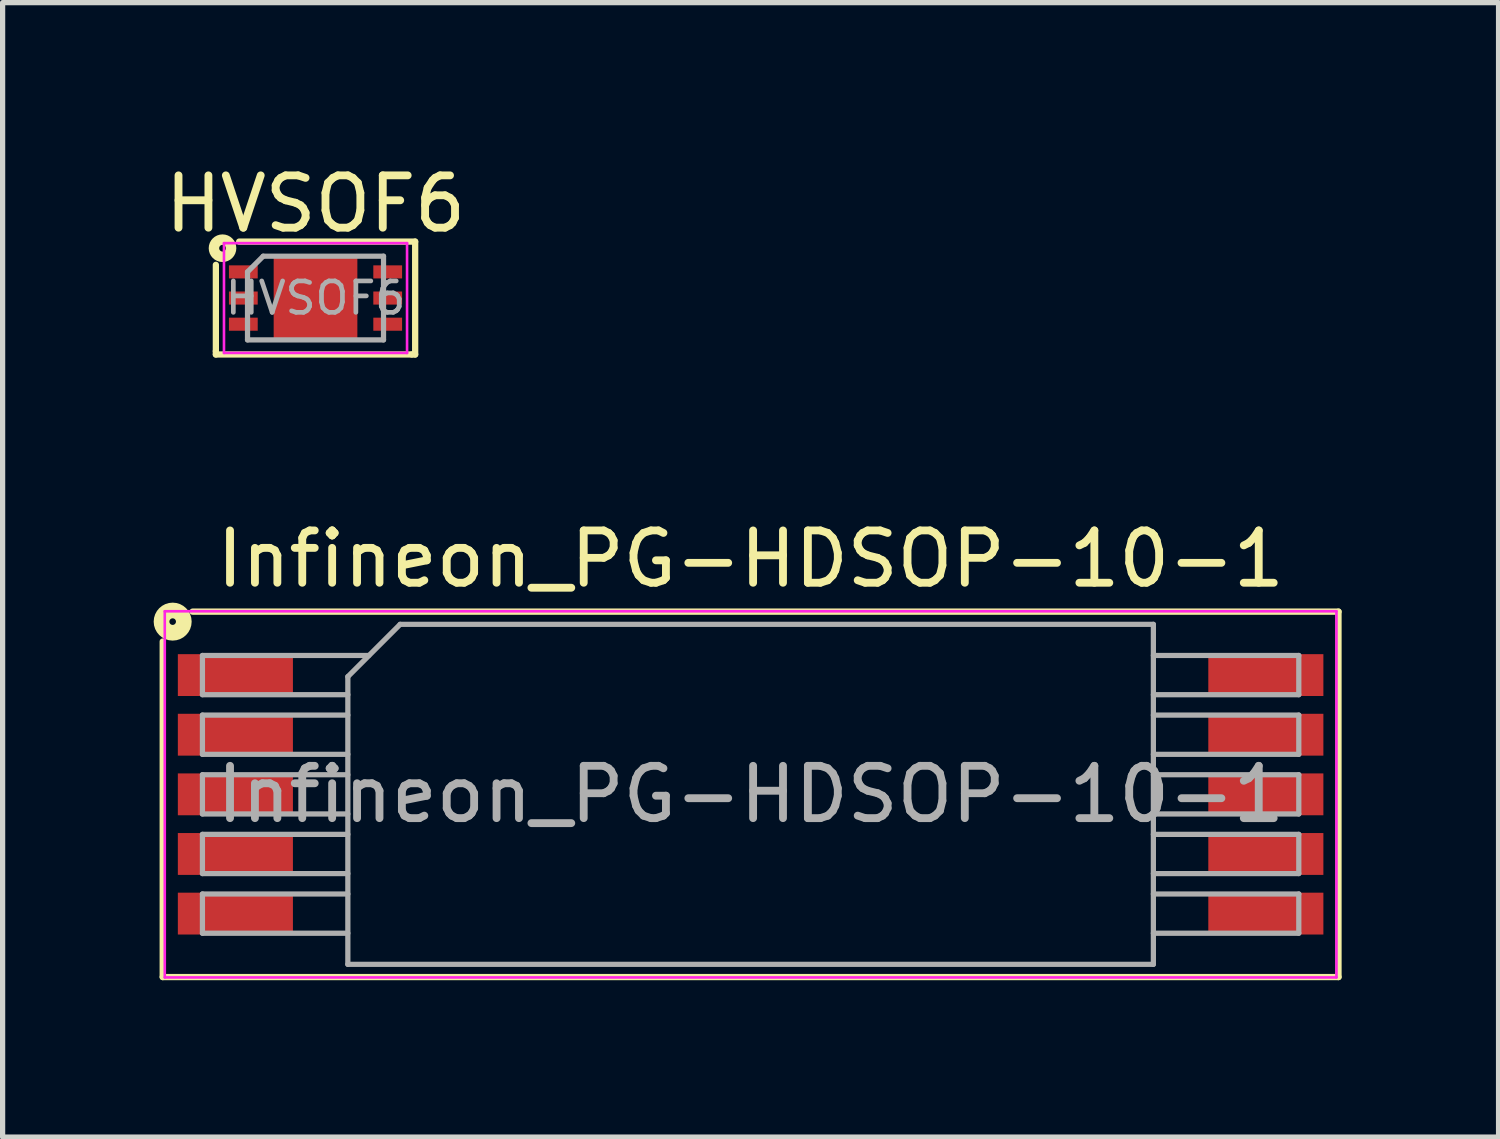
<source format=kicad_pcb>
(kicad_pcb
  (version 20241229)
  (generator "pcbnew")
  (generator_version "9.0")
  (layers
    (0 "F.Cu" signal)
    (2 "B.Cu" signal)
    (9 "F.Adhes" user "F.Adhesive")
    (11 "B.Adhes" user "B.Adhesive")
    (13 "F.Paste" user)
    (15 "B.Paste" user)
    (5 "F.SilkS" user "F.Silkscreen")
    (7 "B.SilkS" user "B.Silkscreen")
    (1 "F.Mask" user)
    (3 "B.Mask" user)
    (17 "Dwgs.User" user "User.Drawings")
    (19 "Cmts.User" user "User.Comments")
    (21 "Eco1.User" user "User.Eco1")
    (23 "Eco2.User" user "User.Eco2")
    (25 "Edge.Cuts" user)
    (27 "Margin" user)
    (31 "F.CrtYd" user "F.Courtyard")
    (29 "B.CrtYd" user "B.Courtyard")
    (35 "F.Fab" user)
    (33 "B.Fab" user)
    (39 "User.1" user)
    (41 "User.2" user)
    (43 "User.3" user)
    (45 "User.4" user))
  (footprint "HVSOF6"
    (layer "F.Cu")
    (at 2.982 2.648)
    (property "Reference" "HVSOF6" (at 0 -1.8 0) (layer "F.SilkS") (effects (font (size 1 1) (thickness 0.15))))
    (attr smd)
    (fp_line (start -1.905 -0.635) (end -1.905 1.016) (stroke (width 0.12) (type solid)) (layer "F.SilkS"))
    (fp_line (start -1.905 1.016) (end -1.905 1.079) (stroke (width 0.12) (type solid)) (layer "F.SilkS"))
    (fp_line (start -1.905 1.079) (end 1.841 1.079) (stroke (width 0.12) (type solid)) (layer "F.SilkS"))
    (fp_line (start 1.841 1.079) (end 1.905 1.079) (stroke (width 0.12) (type solid)) (layer "F.SilkS"))
    (fp_line (start 1.905 -1.079) (end -1.46 -1.079) (stroke (width 0.12) (type solid)) (layer "F.SilkS"))
    (fp_line (start 1.905 1.079) (end 1.905 -1.079) (stroke (width 0.12) (type solid)) (layer "F.SilkS"))
    (fp_circle (center -1.778 -0.953) (end -1.714 -0.953) (stroke (width 0.2) (type solid)) (fill no) (layer "F.SilkS"))
    (fp_line (start -1.75 -1.05) (end -1.75 1.05) (stroke (width 0.05) (type solid)) (layer "F.CrtYd"))
    (fp_line (start -1.75 -1.05) (end 1.75 -1.05) (stroke (width 0.05) (type solid)) (layer "F.CrtYd"))
    (fp_line (start 1.75 1.05) (end -1.75 1.05) (stroke (width 0.05) (type solid)) (layer "F.CrtYd"))
    (fp_line (start 1.75 1.05) (end 1.75 -1.05) (stroke (width 0.05) (type solid)) (layer "F.CrtYd"))
    (fp_line (start -1.3 -0.5) (end -1.3 0.8) (stroke (width 0.1) (type solid)) (layer "F.Fab"))
    (fp_line (start -1.3 -0.5) (end -1 -0.8) (stroke (width 0.1) (type solid)) (layer "F.Fab"))
    (fp_line (start -1 -0.8) (end 1.3 -0.8) (stroke (width 0.1) (type solid)) (layer "F.Fab"))
    (fp_line (start 1.3 -0.8) (end 1.3 0.8) (stroke (width 0.1) (type solid)) (layer "F.Fab"))
    (fp_line (start 1.3 0.8) (end -1.3 0.8) (stroke (width 0.1) (type solid)) (layer "F.Fab"))
    (fp_text user "${REFERENCE}" (at 0 0 0) (layer "F.Fab") (effects (font (size 0.6 0.6) (thickness 0.09))))
    (pad "1" smd rect (at -1.38 -0.5 270) (size 0.25 0.55) (layers "F.Cu" "F.Mask" "F.Paste"))
    (pad "2" smd rect (at -1.38 0 270) (size 0.25 0.55) (layers "F.Cu" "F.Mask" "F.Paste"))
    (pad "3" smd rect (at -1.38 0.5 270) (size 0.25 0.55) (layers "F.Cu" "F.Mask" "F.Paste"))
    (pad "4" smd rect (at 1.38 0.5 270) (size 0.25 0.55) (layers "F.Cu" "F.Mask" "F.Paste"))
    (pad "5" smd rect (at 1.38 0 270) (size 0.25 0.55) (layers "F.Cu" "F.Mask" "F.Paste"))
    (pad "6" smd rect (at 1.38 -0.5 270) (size 0.25 0.55) (layers "F.Cu" "F.Mask" "F.Paste"))
    (pad "7" smd rect (at 0 0) (size 1.6 1.6) (layers "F.Cu" "F.Mask" "F.Paste")))
  (footprint "Infineon_PG-HDSOP-10-1"
    (layer "F.Cu")
    (at 11.3 12.136)
    (property "Reference" "Infineon_PG-HDSOP-10-1" (at 0 -4.5 0) (layer "F.SilkS") (effects (font (size 1 1) (thickness 0.15))))
    (attr smd)
    (fp_line (start -11.239 -2.921) (end -11.239 3.493) (stroke (width 0.12) (type solid)) (layer "F.SilkS"))
    (fp_line (start -11.239 3.493) (end 11.239 3.493) (stroke (width 0.12) (type solid)) (layer "F.SilkS"))
    (fp_line (start 11.239 -3.493) (end -10.668 -3.493) (stroke (width 0.12) (type solid)) (layer "F.SilkS"))
    (fp_line (start 11.239 3.493) (end 11.239 -3.493) (stroke (width 0.12) (type solid)) (layer "F.SilkS"))
    (fp_circle (center -11.049 -3.302) (end -10.986 -3.302) (stroke (width 0.3) (type solid)) (fill no) (layer "F.SilkS"))
    (fp_line (start -11.2 -3.5) (end -11.2 3.5) (stroke (width 0.05) (type solid)) (layer "F.CrtYd"))
    (fp_line (start -11.2 -3.5) (end 11.2 -3.5) (stroke (width 0.05) (type solid)) (layer "F.CrtYd"))
    (fp_line (start -11.2 3.5) (end 11.2 3.5) (stroke (width 0.05) (type solid)) (layer "F.CrtYd"))
    (fp_line (start 11.2 -3.5) (end 11.2 3.5) (stroke (width 0.05) (type solid)) (layer "F.CrtYd"))
    (fp_line (start -10.48 -2.655) (end -10.48 -1.905) (stroke (width 0.1) (type solid)) (layer "F.Fab"))
    (fp_line (start -10.48 -1.905) (end -7.7 -1.905) (stroke (width 0.1) (type solid)) (layer "F.Fab"))
    (fp_line (start -10.48 -1.515) (end -10.48 -0.765) (stroke (width 0.1) (type solid)) (layer "F.Fab"))
    (fp_line (start -10.48 -0.765) (end -7.7 -0.765) (stroke (width 0.1) (type solid)) (layer "F.Fab"))
    (fp_line (start -10.48 -0.375) (end -10.48 0.375) (stroke (width 0.1) (type solid)) (layer "F.Fab"))
    (fp_line (start -10.48 0.375) (end -7.7 0.375) (stroke (width 0.1) (type solid)) (layer "F.Fab"))
    (fp_line (start -10.48 0.765) (end -10.48 1.515) (stroke (width 0.1) (type solid)) (layer "F.Fab"))
    (fp_line (start -10.48 1.515) (end -7.7 1.515) (stroke (width 0.1) (type solid)) (layer "F.Fab"))
    (fp_line (start -10.48 1.905) (end -10.48 2.655) (stroke (width 0.1) (type solid)) (layer "F.Fab"))
    (fp_line (start -10.48 2.655) (end -7.7 2.655) (stroke (width 0.1) (type solid)) (layer "F.Fab"))
    (fp_line (start -7.7 -1.515) (end -10.48 -1.515) (stroke (width 0.1) (type solid)) (layer "F.Fab"))
    (fp_line (start -7.7 -0.375) (end -10.48 -0.375) (stroke (width 0.1) (type solid)) (layer "F.Fab"))
    (fp_line (start -7.7 0.765) (end -10.48 0.765) (stroke (width 0.1) (type solid)) (layer "F.Fab"))
    (fp_line (start -7.7 1.905) (end -10.48 1.905) (stroke (width 0.1) (type solid)) (layer "F.Fab"))
    (fp_line (start -7.7 3.25) (end -7.7 -2.25) (stroke (width 0.1) (type solid)) (layer "F.Fab"))
    (fp_line (start -7.7 3.25) (end 7.7 3.25) (stroke (width 0.1) (type solid)) (layer "F.Fab"))
    (fp_line (start -7.3 -2.655) (end -10.48 -2.655) (stroke (width 0.1) (type solid)) (layer "F.Fab"))
    (fp_line (start -6.7 -3.25) (end -7.7 -2.25) (stroke (width 0.1) (type solid)) (layer "F.Fab"))
    (fp_line (start -6.7 -3.25) (end 7.7 -3.25) (stroke (width 0.1) (type solid)) (layer "F.Fab"))
    (fp_line (start 7.7 -2.655) (end 10.48 -2.655) (stroke (width 0.1) (type solid)) (layer "F.Fab"))
    (fp_line (start 7.7 -1.515) (end 10.48 -1.515) (stroke (width 0.1) (type solid)) (layer "F.Fab"))
    (fp_line (start 7.7 -0.375) (end 10.48 -0.375) (stroke (width 0.1) (type solid)) (layer "F.Fab"))
    (fp_line (start 7.7 0.765) (end 10.48 0.765) (stroke (width 0.1) (type solid)) (layer "F.Fab"))
    (fp_line (start 7.7 1.905) (end 10.48 1.905) (stroke (width 0.1) (type solid)) (layer "F.Fab"))
    (fp_line (start 7.7 3.25) (end 7.7 -3.25) (stroke (width 0.1) (type solid)) (layer "F.Fab"))
    (fp_line (start 10.48 -2.655) (end 10.48 -1.905) (stroke (width 0.1) (type solid)) (layer "F.Fab"))
    (fp_line (start 10.48 -1.905) (end 7.7 -1.905) (stroke (width 0.1) (type solid)) (layer "F.Fab"))
    (fp_line (start 10.48 -1.515) (end 10.48 -0.765) (stroke (width 0.1) (type solid)) (layer "F.Fab"))
    (fp_line (start 10.48 -0.765) (end 7.7 -0.765) (stroke (width 0.1) (type solid)) (layer "F.Fab"))
    (fp_line (start 10.48 -0.375) (end 10.48 0.375) (stroke (width 0.1) (type solid)) (layer "F.Fab"))
    (fp_line (start 10.48 0.375) (end 7.7 0.375) (stroke (width 0.1) (type solid)) (layer "F.Fab"))
    (fp_line (start 10.48 0.765) (end 10.48 1.515) (stroke (width 0.1) (type solid)) (layer "F.Fab"))
    (fp_line (start 10.48 1.515) (end 7.7 1.515) (stroke (width 0.1) (type solid)) (layer "F.Fab"))
    (fp_line (start 10.48 1.905) (end 10.48 2.655) (stroke (width 0.1) (type solid)) (layer "F.Fab"))
    (fp_line (start 10.48 2.655) (end 7.7 2.655) (stroke (width 0.1) (type solid)) (layer "F.Fab"))
    (fp_text user "${REFERENCE}" (at 0 0 0) (layer "F.Fab") (effects (font (size 1 1) (thickness 0.15))))
    (pad "1" smd rect (at -9.85 -2.28) (size 2.2 0.8) (layers "F.Cu" "F.Mask" "F.Paste"))
    (pad "2" smd rect (at -9.85 -1.14) (size 2.2 0.8) (layers "F.Cu" "F.Mask" "F.Paste"))
    (pad "3" smd rect (at -9.85 0) (size 2.2 0.8) (layers "F.Cu" "F.Mask" "F.Paste"))
    (pad "4" smd rect (at -9.85 1.14) (size 2.2 0.8) (layers "F.Cu" "F.Mask" "F.Paste"))
    (pad "5" smd rect (at -9.85 2.28) (size 2.2 0.8) (layers "F.Cu" "F.Mask" "F.Paste"))
    (pad "6" smd rect (at 9.85 2.28) (size 2.2 0.8) (layers "F.Cu" "F.Mask" "F.Paste"))
    (pad "7" smd rect (at 9.85 1.14) (size 2.2 0.8) (layers "F.Cu" "F.Mask" "F.Paste"))
    (pad "8" smd rect (at 9.85 0) (size 2.2 0.8) (layers "F.Cu" "F.Mask" "F.Paste"))
    (pad "9" smd rect (at 9.85 -1.14) (size 2.2 0.8) (layers "F.Cu" "F.Mask" "F.Paste"))
    (pad "10" smd rect (at 9.85 -2.28) (size 2.2 0.8) (layers "F.Cu" "F.Mask" "F.Paste")))
  (gr_rect
    (start -3 -3)
    (end 25.599 18.689)
    (stroke (width 0.1) (type default))
    (fill no)
    (layer "Edge.Cuts")))
</source>
